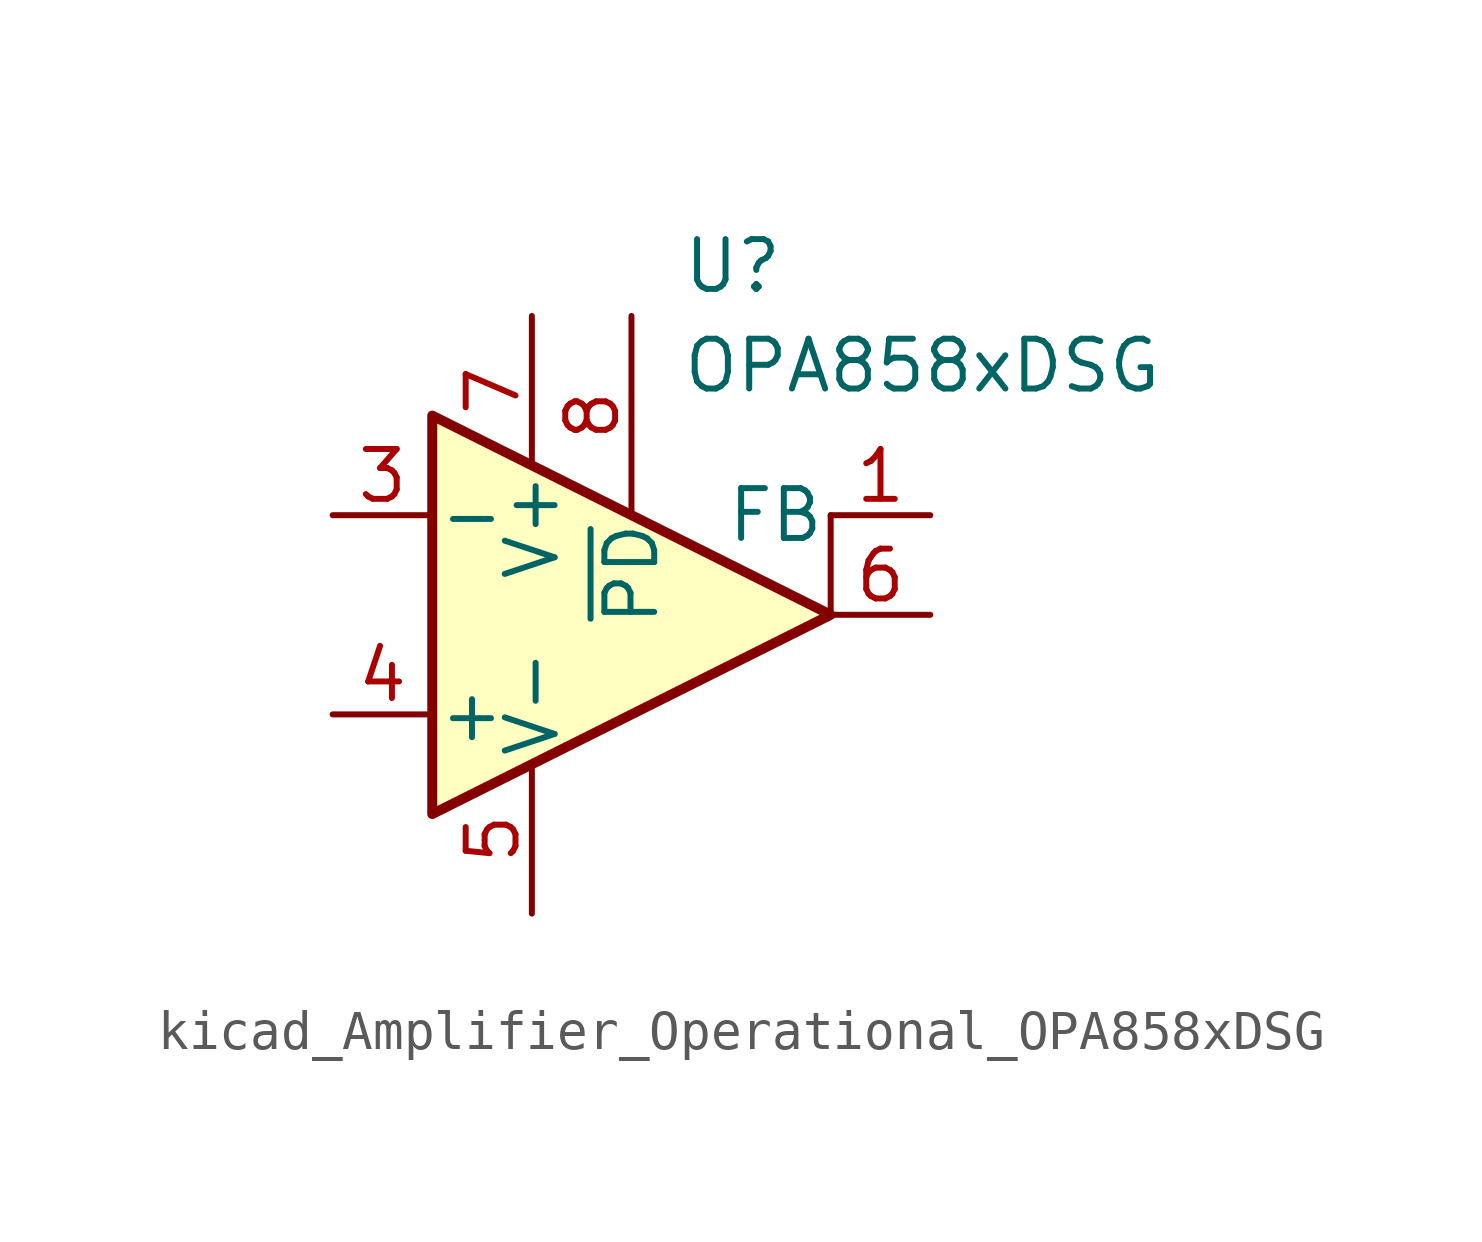
<source format=kicad_sym>
(kicad_symbol_lib
  (version 20220914)
  (generator kicad_symbol_editor)
  (symbol "kicad_Amplifier_Operational_OPA858xDSG"
    (pin_names
      (offset 0.127))
    (property "Reference" "U"
      (at 1.27 8.89 0)
      (effects (font (size 1.27 1.27)) (justify left)))
    (property "Value" "OPA858xDSG"
      (at 1.27 6.35 0)
      (effects (font (size 1.27 1.27)) (justify left)))
    (symbol "kicad_Amplifier_Operational_OPA858xDSG_0_0"
      (pin power_in line (at -2.54 7.62 270) (length 3.81) (name "V+" (effects (font (size 1.27 1.27)))) (number "7" (effects (font (size 1.27 1.27)))))
      (pin input line (at 0 7.62 270) (length 5.08) (name "~{PD}" (effects (font (size 1.27 1.27)))) (number "8" (effects (font (size 1.27 1.27)))))
      (pin passive line (at -2.54 -7.62 90) (length 3.81) hide (name "V-" (effects (font (size 1.27 1.27)))) (number "9" (effects (font (size 1.27 1.27))))))
    (symbol "kicad_Amplifier_Operational_OPA858xDSG_0_1"
      (polyline (pts (xy 5.08 0) (xy 5.08 2.54)) (stroke (width 0.152) (type default)) (fill (type none)))
      (polyline (pts (xy -5.08 5.08) (xy 5.08 0) (xy -5.08 -5.08) (xy -5.08 5.08)) (stroke (width 0.254) (type default)) (fill (type background)))
      (pin no_connect line (at -5.08 -5.08 90) (length 3.81) hide (name "NC" (effects (font (size 1.27 1.27)))) (number "2" (effects (font (size 1.27 1.27)))))
      (pin output line (at 7.62 0 180) (length 2.54) (name "~" (effects (font (size 1.27 1.27)))) (number "6" (effects (font (size 1.27 1.27))))))
    (symbol "kicad_Amplifier_Operational_OPA858xDSG_1_1"
      (pin output line (at 7.62 2.54 180) (length 2.54) (name "FB" (effects (font (size 1.27 1.27)))) (number "1" (effects (font (size 1.27 1.27)))))
      (pin input line (at -7.62 2.54 0) (length 2.54) (name "-" (effects (font (size 1.27 1.27)))) (number "3" (effects (font (size 1.27 1.27)))))
      (pin input line (at -7.62 -2.54 0) (length 2.54) (name "+" (effects (font (size 1.27 1.27)))) (number "4" (effects (font (size 1.27 1.27)))))
      (pin power_in line (at -2.54 -7.62 90) (length 3.81) (name "V-" (effects (font (size 1.27 1.27)))) (number "5" (effects (font (size 1.27 1.27))))))))
</source>
